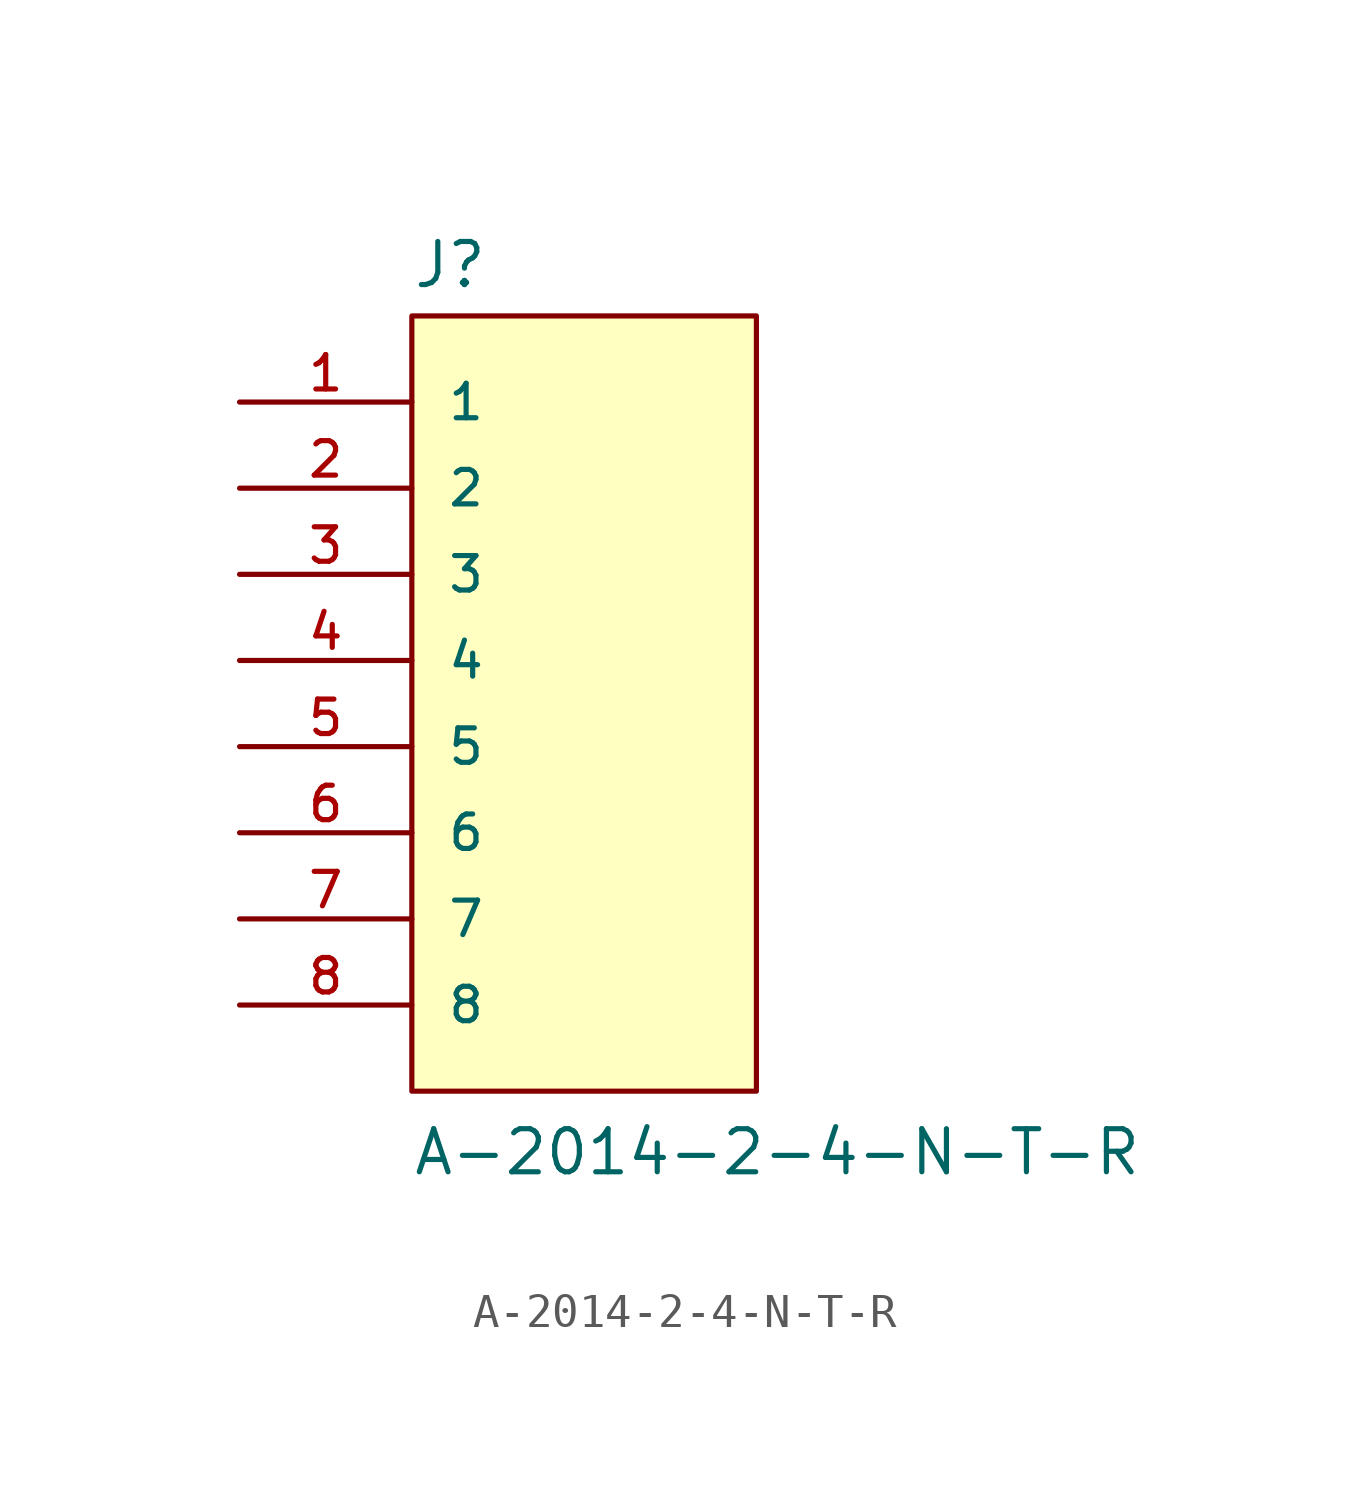
<source format=kicad_sym>
(kicad_symbol_lib
  (version 20211014)
  (generator kicad_symbol_editor)
  (symbol "A-2014-2-4-N-T-R"
    (pin_names
      (offset 1.016))
    (property "Reference" "J"
      (at -5.08 13.462 0)
      (effects (font (size 1.27 1.27)) (justify bottom left)))
    (property "Value" "A-2014-2-4-N-T-R"
      (at -5.08 -12.7 0)
      (effects (font (size 1.27 1.27)) (justify bottom left)))
    (symbol "A-2014-2-4-N-T-R_0_0"
      (rectangle (start -5.08 -10.16) (end 5.08 12.7) (stroke (width 0.152)) (fill (type background)))
      (pin passive line (at -10.16 10.16 0) (length 5.08) (name "1" (effects (font (size 1.016 1.016)))) (number "1" (effects (font (size 1.016 1.016)))))
      (pin passive line (at -10.16 7.62 0) (length 5.08) (name "2" (effects (font (size 1.016 1.016)))) (number "2" (effects (font (size 1.016 1.016)))))
      (pin passive line (at -10.16 5.08 0) (length 5.08) (name "3" (effects (font (size 1.016 1.016)))) (number "3" (effects (font (size 1.016 1.016)))))
      (pin passive line (at -10.16 2.54 0) (length 5.08) (name "4" (effects (font (size 1.016 1.016)))) (number "4" (effects (font (size 1.016 1.016)))))
      (pin passive line (at -10.16 0.0 0) (length 5.08) (name "5" (effects (font (size 1.016 1.016)))) (number "5" (effects (font (size 1.016 1.016)))))
      (pin passive line (at -10.16 -2.54 0) (length 5.08) (name "6" (effects (font (size 1.016 1.016)))) (number "6" (effects (font (size 1.016 1.016)))))
      (pin passive line (at -10.16 -5.08 0) (length 5.08) (name "7" (effects (font (size 1.016 1.016)))) (number "7" (effects (font (size 1.016 1.016)))))
      (pin passive line (at -10.16 -7.62 0) (length 5.08) (name "8" (effects (font (size 1.016 1.016)))) (number "8" (effects (font (size 1.016 1.016))))))))
</source>
